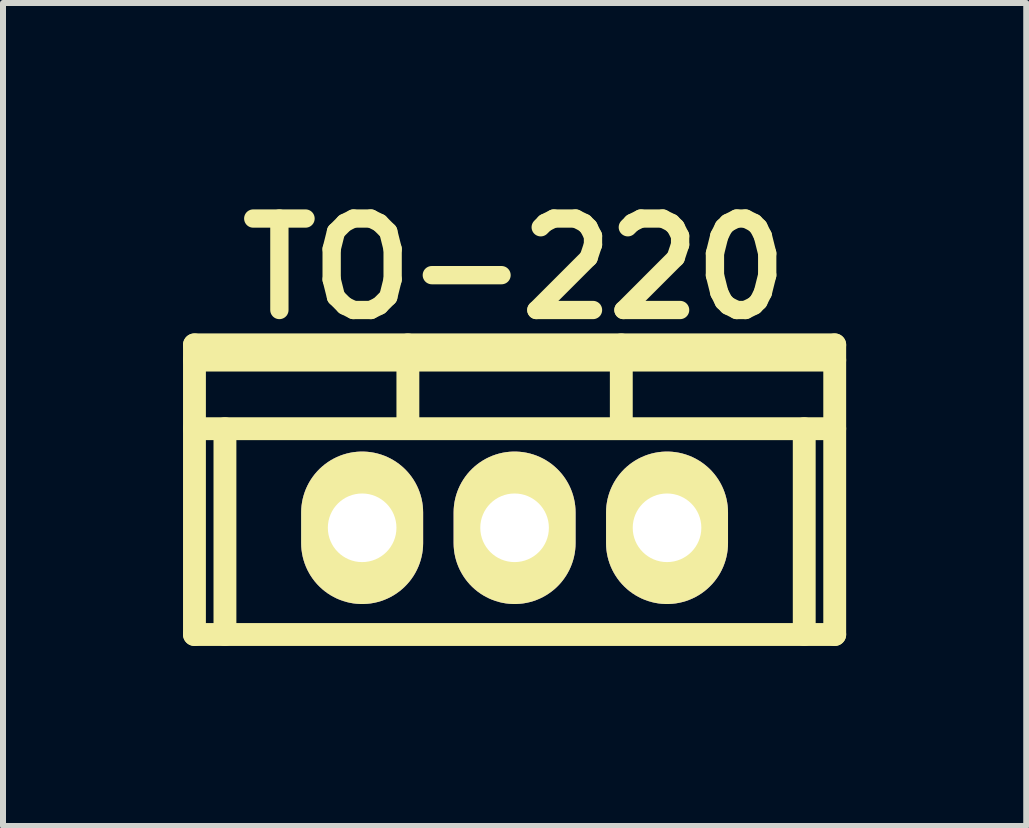
<source format=kicad_pcb>
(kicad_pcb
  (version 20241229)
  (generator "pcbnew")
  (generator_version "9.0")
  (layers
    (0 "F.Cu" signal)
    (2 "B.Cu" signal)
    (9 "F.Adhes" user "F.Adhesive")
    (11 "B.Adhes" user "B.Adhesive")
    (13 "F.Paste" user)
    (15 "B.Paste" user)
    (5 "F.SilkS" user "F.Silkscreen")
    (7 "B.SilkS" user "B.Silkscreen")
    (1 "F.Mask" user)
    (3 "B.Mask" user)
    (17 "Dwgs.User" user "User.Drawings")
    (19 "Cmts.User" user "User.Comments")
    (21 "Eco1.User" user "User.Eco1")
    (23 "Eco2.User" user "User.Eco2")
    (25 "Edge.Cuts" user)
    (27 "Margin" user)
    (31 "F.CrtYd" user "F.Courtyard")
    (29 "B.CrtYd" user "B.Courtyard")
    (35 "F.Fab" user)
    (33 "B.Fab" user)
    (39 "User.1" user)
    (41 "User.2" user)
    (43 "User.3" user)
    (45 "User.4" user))
  (footprint "TO-220"
    (layer "F.Cu")
    (at 5.524 5.744)
    (property "Reference" "TO-220" (at 0 -4.318 0) (layer "F.SilkS") (effects (font (size 1.524 1.524) (thickness 0.305))))
    (attr through_hole)
    (fp_line (start -5.334 -3.048) (end -5.334 1.778) (stroke (width 0.381) (type solid)) (layer "F.SilkS"))
    (fp_line (start -5.334 -1.651) (end 5.334 -1.651) (stroke (width 0.381) (type solid)) (layer "F.SilkS"))
    (fp_line (start -4.826 -1.651) (end -4.826 1.778) (stroke (width 0.381) (type solid)) (layer "F.SilkS"))
    (fp_line (start -1.778 -1.778) (end -1.778 -3.048) (stroke (width 0.381) (type solid)) (layer "F.SilkS"))
    (fp_line (start 1.778 -1.778) (end 1.778 -3.048) (stroke (width 0.381) (type solid)) (layer "F.SilkS"))
    (fp_line (start 4.826 -1.651) (end 4.826 1.778) (stroke (width 0.381) (type solid)) (layer "F.SilkS"))
    (fp_line (start 5.334 -3.048) (end -5.334 -3.048) (stroke (width 0.381) (type solid)) (layer "F.SilkS"))
    (fp_line (start 5.334 -3.048) (end 5.334 1.778) (stroke (width 0.381) (type solid)) (layer "F.SilkS"))
    (fp_line (start 5.334 -2.794) (end -5.334 -2.794) (stroke (width 0.381) (type solid)) (layer "F.SilkS"))
    (fp_line (start 5.334 1.778) (end -5.334 1.778) (stroke (width 0.381) (type solid)) (layer "F.SilkS"))
    (pad "GND" thru_hole oval (at 0 0) (size 2.032 2.54) (drill 1.143) (layers "*.Cu" "*.Mask" "F.SilkS"))
    (pad "VI" thru_hole oval (at -2.54 0) (size 2.032 2.54) (drill 1.143) (layers "*.Cu" "*.Mask" "F.SilkS"))
    (pad "VO" thru_hole oval (at 2.54 0) (size 2.032 2.54) (drill 1.143) (layers "*.Cu" "*.Mask" "F.SilkS")))
  (gr_rect
    (start -3 -3)
    (end 14.049 10.713)
    (stroke (width 0.1) (type default))
    (fill no)
    (layer "Edge.Cuts")))
</source>
